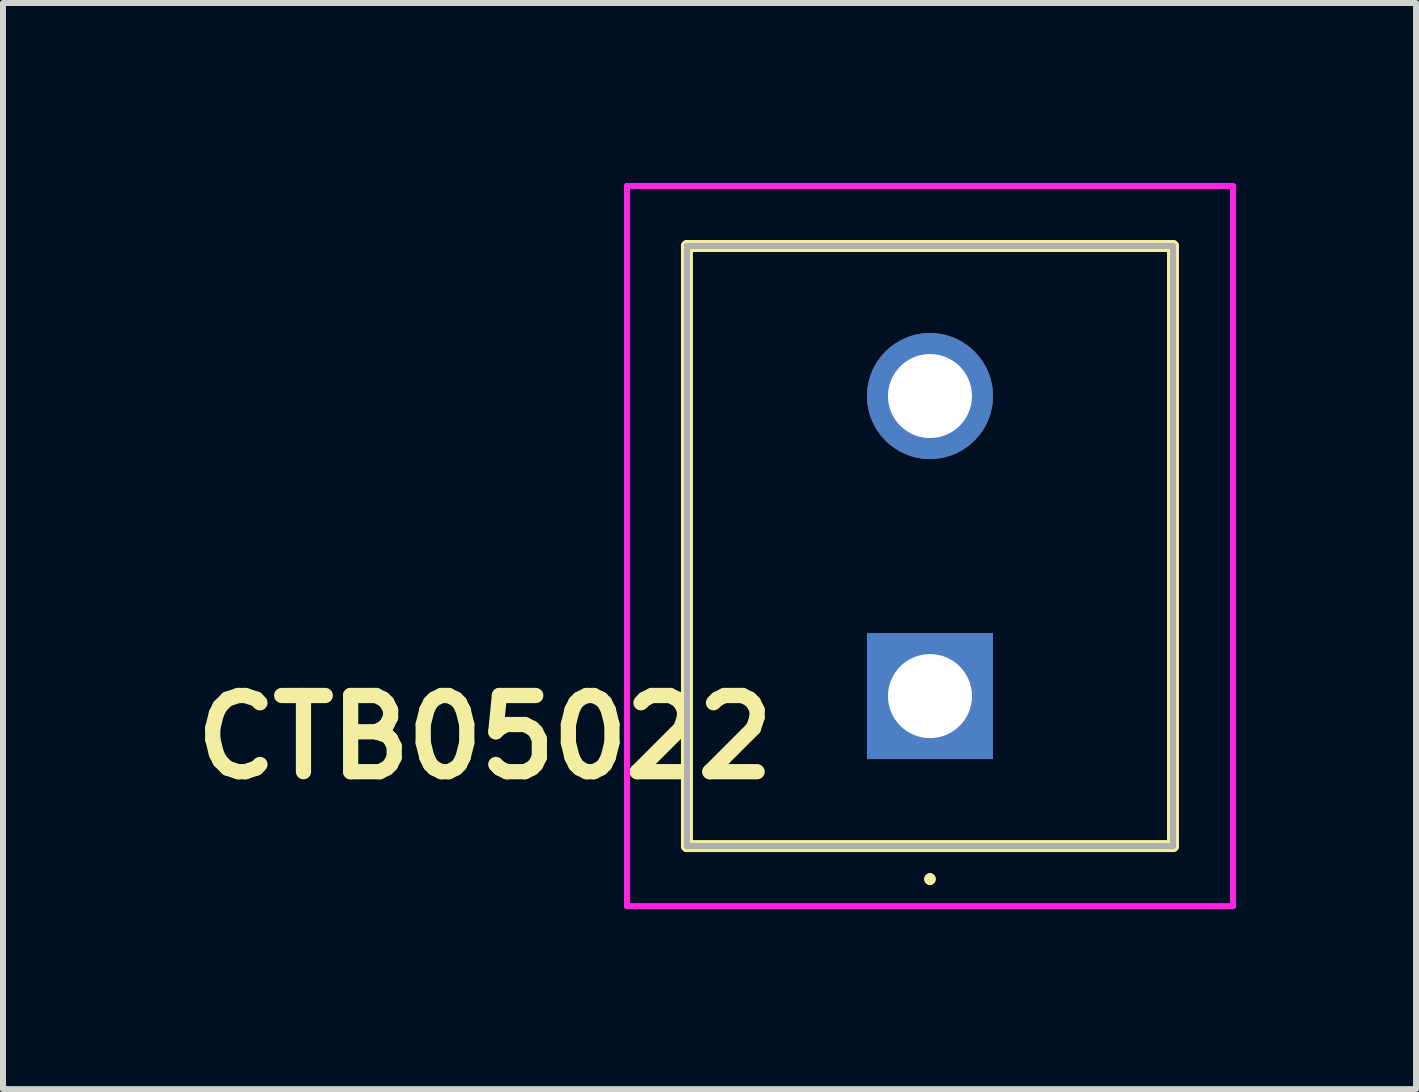
<source format=kicad_pcb>
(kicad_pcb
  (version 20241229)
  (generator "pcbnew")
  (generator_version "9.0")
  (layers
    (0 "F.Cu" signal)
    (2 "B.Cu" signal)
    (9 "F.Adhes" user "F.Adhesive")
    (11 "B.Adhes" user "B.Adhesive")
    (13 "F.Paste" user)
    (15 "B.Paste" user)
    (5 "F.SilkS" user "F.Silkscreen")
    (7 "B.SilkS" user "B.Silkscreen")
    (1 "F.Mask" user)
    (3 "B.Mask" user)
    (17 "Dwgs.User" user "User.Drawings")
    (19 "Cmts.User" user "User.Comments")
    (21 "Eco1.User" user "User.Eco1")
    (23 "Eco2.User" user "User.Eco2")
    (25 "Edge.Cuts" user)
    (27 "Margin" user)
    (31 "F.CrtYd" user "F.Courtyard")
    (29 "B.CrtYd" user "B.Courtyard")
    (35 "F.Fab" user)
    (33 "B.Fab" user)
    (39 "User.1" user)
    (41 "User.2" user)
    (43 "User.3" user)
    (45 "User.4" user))
  (footprint "CTB05022"
    (layer "F.Cu")
    (at 12.448 8.55)
    (property "Reference" "CTB05022" (at -7.417 0.686 0) (layer "F.SilkS") (effects (font (size 1.27 1.27) (thickness 0.254))))
    (attr through_hole)
    (fp_line (start -4.05 -7.5) (end 4.05 -7.5) (stroke (width 0.2) (type solid)) (layer "F.SilkS"))
    (fp_line (start -4.05 2.5) (end -4.05 -7.5) (stroke (width 0.2) (type solid)) (layer "F.SilkS"))
    (fp_line (start 0 3) (end 0 3) (stroke (width 0.1) (type solid)) (layer "F.SilkS"))
    (fp_line (start 0 3.1) (end 0 3.1) (stroke (width 0.1) (type solid)) (layer "F.SilkS"))
    (fp_line (start 4.05 -7.5) (end 4.05 2.5) (stroke (width 0.2) (type solid)) (layer "F.SilkS"))
    (fp_line (start 4.05 2.5) (end -4.05 2.5) (stroke (width 0.2) (type solid)) (layer "F.SilkS"))
    (fp_arc (start 0 3) (mid 0.05 3.05) (end 0 3.1) (stroke (width 0.1) (type solid)) (layer "F.SilkS"))
    (fp_arc (start 0 3.1) (mid -0.05 3.05) (end 0 3) (stroke (width 0.1) (type solid)) (layer "F.SilkS"))
    (fp_line (start -5.05 -8.5) (end 5.05 -8.5) (stroke (width 0.1) (type solid)) (layer "F.CrtYd"))
    (fp_line (start -5.05 3.5) (end -5.05 -8.5) (stroke (width 0.1) (type solid)) (layer "F.CrtYd"))
    (fp_line (start 5.05 -8.5) (end 5.05 3.5) (stroke (width 0.1) (type solid)) (layer "F.CrtYd"))
    (fp_line (start 5.05 3.5) (end -5.05 3.5) (stroke (width 0.1) (type solid)) (layer "F.CrtYd"))
    (fp_line (start -4.05 -7.5) (end 4.05 -7.5) (stroke (width 0.1) (type solid)) (layer "F.Fab"))
    (fp_line (start -4.05 2.5) (end -4.05 -7.5) (stroke (width 0.1) (type solid)) (layer "F.Fab"))
    (fp_line (start 4.05 -7.5) (end 4.05 2.5) (stroke (width 0.1) (type solid)) (layer "F.Fab"))
    (fp_line (start 4.05 2.5) (end -4.05 2.5) (stroke (width 0.1) (type solid)) (layer "F.Fab"))
    (pad "1" thru_hole rect (at 0 0) (size 2.1 2.1) (drill 1.4) (layers "*.Cu" "*.Mask"))
    (pad "2" thru_hole circle (at 0 -5) (size 2.1 2.1) (drill 1.4) (layers "*.Cu" "*.Mask")))
  (gr_rect
    (start -3 -3)
    (end 20.548 15.1)
    (stroke (width 0.1) (type default))
    (fill no)
    (layer "Edge.Cuts")))
</source>
